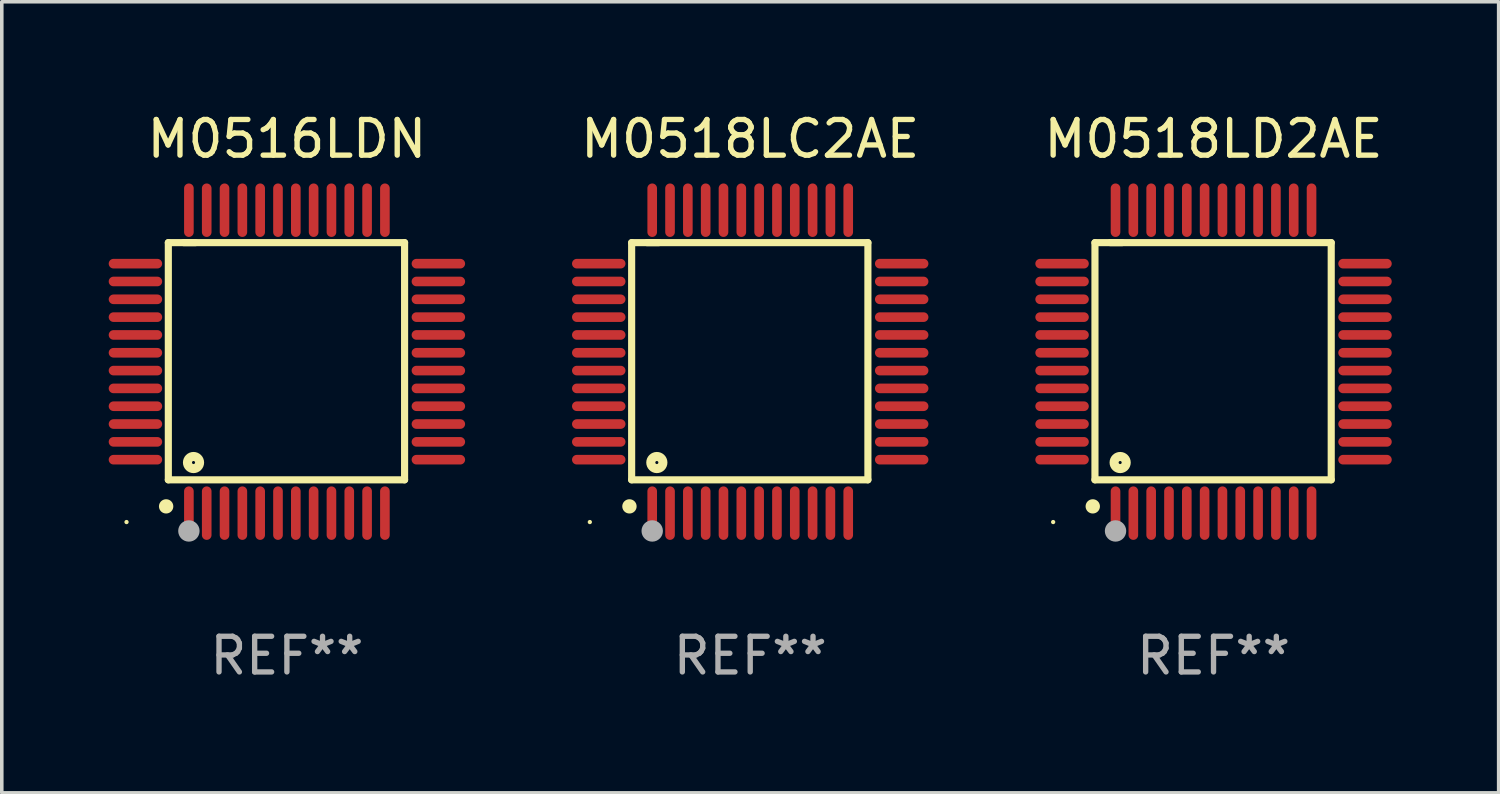
<source format=kicad_pcb>
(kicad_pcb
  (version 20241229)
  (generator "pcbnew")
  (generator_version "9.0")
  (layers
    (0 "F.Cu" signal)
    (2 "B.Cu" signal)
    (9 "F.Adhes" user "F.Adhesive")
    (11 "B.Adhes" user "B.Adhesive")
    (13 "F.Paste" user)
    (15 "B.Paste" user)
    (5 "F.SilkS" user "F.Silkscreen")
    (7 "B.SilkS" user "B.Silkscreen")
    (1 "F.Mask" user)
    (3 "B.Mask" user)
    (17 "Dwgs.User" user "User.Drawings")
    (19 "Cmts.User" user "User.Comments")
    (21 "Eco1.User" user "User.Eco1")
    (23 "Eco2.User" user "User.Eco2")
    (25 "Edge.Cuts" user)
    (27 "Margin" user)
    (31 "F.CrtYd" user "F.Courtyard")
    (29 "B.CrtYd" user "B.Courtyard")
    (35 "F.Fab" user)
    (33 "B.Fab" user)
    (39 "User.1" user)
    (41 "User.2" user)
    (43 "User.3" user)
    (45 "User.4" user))
  (footprint "M0518LD2AE"
    (layer "F.Cu")
    (at 31 7.098)
    (property "Reference" "M0518LD2AE" (at 0 -6.25 0) (layer "F.SilkS") (effects (font (size 1 1) (thickness 0.15))))
    (attr through_hole)
    (fp_line (start -3.327 -3.34) (end -2.565 -3.34) (stroke (width 0.2) (type solid)) (layer "F.SilkS"))
    (fp_line (start -3.327 3.315) (end -3.327 -3.34) (stroke (width 0.2) (type solid)) (layer "F.SilkS"))
    (fp_line (start -2.896 -3.34) (end 3.302 -3.34) (stroke (width 0.2) (type solid)) (layer "F.SilkS"))
    (fp_line (start 3.302 -3.34) (end 3.302 3.315) (stroke (width 0.2) (type solid)) (layer "F.SilkS"))
    (fp_line (start 3.302 3.315) (end -3.327 3.315) (stroke (width 0.2) (type solid)) (layer "F.SilkS"))
    (fp_arc (start -3.389992 4.059995) (mid -3.388722 4.059991) (end -3.387452 4.059995) (stroke (width 0.4) (type solid)) (layer "F.SilkS"))
    (fp_circle (center -4.5 4.5) (end -4.47 4.5) (stroke (width 0.06) (type solid)) (fill no) (layer "F.SilkS"))
    (fp_circle (center -2.62 2.83) (end -2.45 2.83) (stroke (width 0.254) (type solid)) (fill no) (layer "F.SilkS"))
    (fp_circle (center -2.75 4.75) (end -2.6 4.75) (stroke (width 0.3) (type solid)) (fill no) (layer "F.Fab"))
    (fp_text user "REF**" (at 0 8.25 0) (layer "F.Fab") (effects (font (size 1 1) (thickness 0.15))))
    (pad "1" smd oval (at -2.75 4.25) (size 0.27 1.5) (layers "F.Cu" "F.Mask" "F.Paste"))
    (pad "2" smd oval (at -2.25 4.25) (size 0.27 1.5) (layers "F.Cu" "F.Mask" "F.Paste"))
    (pad "3" smd oval (at -1.75 4.25) (size 0.27 1.5) (layers "F.Cu" "F.Mask" "F.Paste"))
    (pad "4" smd oval (at -1.25 4.25) (size 0.27 1.5) (layers "F.Cu" "F.Mask" "F.Paste"))
    (pad "5" smd oval (at -0.75 4.25) (size 0.27 1.5) (layers "F.Cu" "F.Mask" "F.Paste"))
    (pad "6" smd oval (at -0.25 4.25) (size 0.27 1.5) (layers "F.Cu" "F.Mask" "F.Paste"))
    (pad "7" smd oval (at 0.25 4.25) (size 0.27 1.5) (layers "F.Cu" "F.Mask" "F.Paste"))
    (pad "8" smd oval (at 0.75 4.25) (size 0.27 1.5) (layers "F.Cu" "F.Mask" "F.Paste"))
    (pad "9" smd oval (at 1.25 4.25) (size 0.27 1.5) (layers "F.Cu" "F.Mask" "F.Paste"))
    (pad "10" smd oval (at 1.75 4.25) (size 0.27 1.5) (layers "F.Cu" "F.Mask" "F.Paste"))
    (pad "11" smd oval (at 2.25 4.25) (size 0.27 1.5) (layers "F.Cu" "F.Mask" "F.Paste"))
    (pad "12" smd oval (at 2.75 4.25) (size 0.27 1.5) (layers "F.Cu" "F.Mask" "F.Paste"))
    (pad "13" smd oval (at 4.25 2.75) (size 1.5 0.27) (layers "F.Cu" "F.Mask" "F.Paste"))
    (pad "14" smd oval (at 4.25 2.25) (size 1.5 0.27) (layers "F.Cu" "F.Mask" "F.Paste"))
    (pad "15" smd oval (at 4.25 1.75) (size 1.5 0.27) (layers "F.Cu" "F.Mask" "F.Paste"))
    (pad "16" smd oval (at 4.25 1.25) (size 1.5 0.27) (layers "F.Cu" "F.Mask" "F.Paste"))
    (pad "17" smd oval (at 4.25 0.75) (size 1.5 0.27) (layers "F.Cu" "F.Mask" "F.Paste"))
    (pad "18" smd oval (at 4.25 0.25) (size 1.5 0.27) (layers "F.Cu" "F.Mask" "F.Paste"))
    (pad "19" smd oval (at 4.25 -0.25) (size 1.5 0.27) (layers "F.Cu" "F.Mask" "F.Paste"))
    (pad "20" smd oval (at 4.25 -0.75) (size 1.5 0.27) (layers "F.Cu" "F.Mask" "F.Paste"))
    (pad "21" smd oval (at 4.25 -1.25) (size 1.5 0.27) (layers "F.Cu" "F.Mask" "F.Paste"))
    (pad "22" smd oval (at 4.25 -1.75) (size 1.5 0.27) (layers "F.Cu" "F.Mask" "F.Paste"))
    (pad "23" smd oval (at 4.25 -2.25) (size 1.5 0.27) (layers "F.Cu" "F.Mask" "F.Paste"))
    (pad "24" smd oval (at 4.25 -2.75) (size 1.5 0.27) (layers "F.Cu" "F.Mask" "F.Paste"))
    (pad "25" smd oval (at 2.75 -4.25) (size 0.27 1.5) (layers "F.Cu" "F.Mask" "F.Paste"))
    (pad "26" smd oval (at 2.25 -4.25) (size 0.27 1.5) (layers "F.Cu" "F.Mask" "F.Paste"))
    (pad "27" smd oval (at 1.75 -4.25) (size 0.27 1.5) (layers "F.Cu" "F.Mask" "F.Paste"))
    (pad "28" smd oval (at 1.25 -4.25) (size 0.27 1.5) (layers "F.Cu" "F.Mask" "F.Paste"))
    (pad "29" smd oval (at 0.75 -4.25) (size 0.27 1.5) (layers "F.Cu" "F.Mask" "F.Paste"))
    (pad "30" smd oval (at 0.25 -4.25) (size 0.27 1.5) (layers "F.Cu" "F.Mask" "F.Paste"))
    (pad "31" smd oval (at -0.25 -4.25) (size 0.27 1.5) (layers "F.Cu" "F.Mask" "F.Paste"))
    (pad "32" smd oval (at -0.75 -4.25) (size 0.27 1.5) (layers "F.Cu" "F.Mask" "F.Paste"))
    (pad "33" smd oval (at -1.25 -4.25) (size 0.27 1.5) (layers "F.Cu" "F.Mask" "F.Paste"))
    (pad "34" smd oval (at -1.75 -4.25) (size 0.27 1.5) (layers "F.Cu" "F.Mask" "F.Paste"))
    (pad "35" smd oval (at -2.25 -4.25) (size 0.27 1.5) (layers "F.Cu" "F.Mask" "F.Paste"))
    (pad "36" smd oval (at -2.75 -4.25) (size 0.27 1.5) (layers "F.Cu" "F.Mask" "F.Paste"))
    (pad "37" smd oval (at -4.25 -2.75) (size 1.5 0.27) (layers "F.Cu" "F.Mask" "F.Paste"))
    (pad "38" smd oval (at -4.25 -2.25) (size 1.5 0.27) (layers "F.Cu" "F.Mask" "F.Paste"))
    (pad "39" smd oval (at -4.25 -1.75) (size 1.5 0.27) (layers "F.Cu" "F.Mask" "F.Paste"))
    (pad "40" smd oval (at -4.25 -1.25) (size 1.5 0.27) (layers "F.Cu" "F.Mask" "F.Paste"))
    (pad "41" smd oval (at -4.25 -0.75) (size 1.5 0.27) (layers "F.Cu" "F.Mask" "F.Paste"))
    (pad "42" smd oval (at -4.25 -0.25) (size 1.5 0.27) (layers "F.Cu" "F.Mask" "F.Paste"))
    (pad "43" smd oval (at -4.25 0.25) (size 1.5 0.27) (layers "F.Cu" "F.Mask" "F.Paste"))
    (pad "44" smd oval (at -4.25 0.75) (size 1.5 0.27) (layers "F.Cu" "F.Mask" "F.Paste"))
    (pad "45" smd oval (at -4.25 1.25) (size 1.5 0.27) (layers "F.Cu" "F.Mask" "F.Paste"))
    (pad "46" smd oval (at -4.25 1.75) (size 1.5 0.27) (layers "F.Cu" "F.Mask" "F.Paste"))
    (pad "47" smd oval (at -4.25 2.25) (size 1.5 0.27) (layers "F.Cu" "F.Mask" "F.Paste"))
    (pad "48" smd oval (at -4.25 2.75) (size 1.5 0.27) (layers "F.Cu" "F.Mask" "F.Paste")))
  (footprint "M0516LDN"
    (layer "F.Cu")
    (at 5 7.098)
    (property "Reference" "M0516LDN" (at 0 -6.25 0) (layer "F.SilkS") (effects (font (size 1 1) (thickness 0.15))))
    (attr through_hole)
    (fp_line (start -3.327 -3.34) (end -2.565 -3.34) (stroke (width 0.2) (type solid)) (layer "F.SilkS"))
    (fp_line (start -3.327 3.315) (end -3.327 -3.34) (stroke (width 0.2) (type solid)) (layer "F.SilkS"))
    (fp_line (start -2.896 -3.34) (end 3.302 -3.34) (stroke (width 0.2) (type solid)) (layer "F.SilkS"))
    (fp_line (start 3.302 -3.34) (end 3.302 3.315) (stroke (width 0.2) (type solid)) (layer "F.SilkS"))
    (fp_line (start 3.302 3.315) (end -3.327 3.315) (stroke (width 0.2) (type solid)) (layer "F.SilkS"))
    (fp_arc (start -3.389992 4.059995) (mid -3.388722 4.059991) (end -3.387452 4.059995) (stroke (width 0.4) (type solid)) (layer "F.SilkS"))
    (fp_circle (center -4.5 4.5) (end -4.47 4.5) (stroke (width 0.06) (type solid)) (fill no) (layer "F.SilkS"))
    (fp_circle (center -2.62 2.83) (end -2.45 2.83) (stroke (width 0.254) (type solid)) (fill no) (layer "F.SilkS"))
    (fp_circle (center -2.75 4.75) (end -2.6 4.75) (stroke (width 0.3) (type solid)) (fill no) (layer "F.Fab"))
    (fp_text user "REF**" (at 0 8.25 0) (layer "F.Fab") (effects (font (size 1 1) (thickness 0.15))))
    (pad "1" smd oval (at -2.75 4.25) (size 0.27 1.5) (layers "F.Cu" "F.Mask" "F.Paste"))
    (pad "2" smd oval (at -2.25 4.25) (size 0.27 1.5) (layers "F.Cu" "F.Mask" "F.Paste"))
    (pad "3" smd oval (at -1.75 4.25) (size 0.27 1.5) (layers "F.Cu" "F.Mask" "F.Paste"))
    (pad "4" smd oval (at -1.25 4.25) (size 0.27 1.5) (layers "F.Cu" "F.Mask" "F.Paste"))
    (pad "5" smd oval (at -0.75 4.25) (size 0.27 1.5) (layers "F.Cu" "F.Mask" "F.Paste"))
    (pad "6" smd oval (at -0.25 4.25) (size 0.27 1.5) (layers "F.Cu" "F.Mask" "F.Paste"))
    (pad "7" smd oval (at 0.25 4.25) (size 0.27 1.5) (layers "F.Cu" "F.Mask" "F.Paste"))
    (pad "8" smd oval (at 0.75 4.25) (size 0.27 1.5) (layers "F.Cu" "F.Mask" "F.Paste"))
    (pad "9" smd oval (at 1.25 4.25) (size 0.27 1.5) (layers "F.Cu" "F.Mask" "F.Paste"))
    (pad "10" smd oval (at 1.75 4.25) (size 0.27 1.5) (layers "F.Cu" "F.Mask" "F.Paste"))
    (pad "11" smd oval (at 2.25 4.25) (size 0.27 1.5) (layers "F.Cu" "F.Mask" "F.Paste"))
    (pad "12" smd oval (at 2.75 4.25) (size 0.27 1.5) (layers "F.Cu" "F.Mask" "F.Paste"))
    (pad "13" smd oval (at 4.25 2.75) (size 1.5 0.27) (layers "F.Cu" "F.Mask" "F.Paste"))
    (pad "14" smd oval (at 4.25 2.25) (size 1.5 0.27) (layers "F.Cu" "F.Mask" "F.Paste"))
    (pad "15" smd oval (at 4.25 1.75) (size 1.5 0.27) (layers "F.Cu" "F.Mask" "F.Paste"))
    (pad "16" smd oval (at 4.25 1.25) (size 1.5 0.27) (layers "F.Cu" "F.Mask" "F.Paste"))
    (pad "17" smd oval (at 4.25 0.75) (size 1.5 0.27) (layers "F.Cu" "F.Mask" "F.Paste"))
    (pad "18" smd oval (at 4.25 0.25) (size 1.5 0.27) (layers "F.Cu" "F.Mask" "F.Paste"))
    (pad "19" smd oval (at 4.25 -0.25) (size 1.5 0.27) (layers "F.Cu" "F.Mask" "F.Paste"))
    (pad "20" smd oval (at 4.25 -0.75) (size 1.5 0.27) (layers "F.Cu" "F.Mask" "F.Paste"))
    (pad "21" smd oval (at 4.25 -1.25) (size 1.5 0.27) (layers "F.Cu" "F.Mask" "F.Paste"))
    (pad "22" smd oval (at 4.25 -1.75) (size 1.5 0.27) (layers "F.Cu" "F.Mask" "F.Paste"))
    (pad "23" smd oval (at 4.25 -2.25) (size 1.5 0.27) (layers "F.Cu" "F.Mask" "F.Paste"))
    (pad "24" smd oval (at 4.25 -2.75) (size 1.5 0.27) (layers "F.Cu" "F.Mask" "F.Paste"))
    (pad "25" smd oval (at 2.75 -4.25) (size 0.27 1.5) (layers "F.Cu" "F.Mask" "F.Paste"))
    (pad "26" smd oval (at 2.25 -4.25) (size 0.27 1.5) (layers "F.Cu" "F.Mask" "F.Paste"))
    (pad "27" smd oval (at 1.75 -4.25) (size 0.27 1.5) (layers "F.Cu" "F.Mask" "F.Paste"))
    (pad "28" smd oval (at 1.25 -4.25) (size 0.27 1.5) (layers "F.Cu" "F.Mask" "F.Paste"))
    (pad "29" smd oval (at 0.75 -4.25) (size 0.27 1.5) (layers "F.Cu" "F.Mask" "F.Paste"))
    (pad "30" smd oval (at 0.25 -4.25) (size 0.27 1.5) (layers "F.Cu" "F.Mask" "F.Paste"))
    (pad "31" smd oval (at -0.25 -4.25) (size 0.27 1.5) (layers "F.Cu" "F.Mask" "F.Paste"))
    (pad "32" smd oval (at -0.75 -4.25) (size 0.27 1.5) (layers "F.Cu" "F.Mask" "F.Paste"))
    (pad "33" smd oval (at -1.25 -4.25) (size 0.27 1.5) (layers "F.Cu" "F.Mask" "F.Paste"))
    (pad "34" smd oval (at -1.75 -4.25) (size 0.27 1.5) (layers "F.Cu" "F.Mask" "F.Paste"))
    (pad "35" smd oval (at -2.25 -4.25) (size 0.27 1.5) (layers "F.Cu" "F.Mask" "F.Paste"))
    (pad "36" smd oval (at -2.75 -4.25) (size 0.27 1.5) (layers "F.Cu" "F.Mask" "F.Paste"))
    (pad "37" smd oval (at -4.25 -2.75) (size 1.5 0.27) (layers "F.Cu" "F.Mask" "F.Paste"))
    (pad "38" smd oval (at -4.25 -2.25) (size 1.5 0.27) (layers "F.Cu" "F.Mask" "F.Paste"))
    (pad "39" smd oval (at -4.25 -1.75) (size 1.5 0.27) (layers "F.Cu" "F.Mask" "F.Paste"))
    (pad "40" smd oval (at -4.25 -1.25) (size 1.5 0.27) (layers "F.Cu" "F.Mask" "F.Paste"))
    (pad "41" smd oval (at -4.25 -0.75) (size 1.5 0.27) (layers "F.Cu" "F.Mask" "F.Paste"))
    (pad "42" smd oval (at -4.25 -0.25) (size 1.5 0.27) (layers "F.Cu" "F.Mask" "F.Paste"))
    (pad "43" smd oval (at -4.25 0.25) (size 1.5 0.27) (layers "F.Cu" "F.Mask" "F.Paste"))
    (pad "44" smd oval (at -4.25 0.75) (size 1.5 0.27) (layers "F.Cu" "F.Mask" "F.Paste"))
    (pad "45" smd oval (at -4.25 1.25) (size 1.5 0.27) (layers "F.Cu" "F.Mask" "F.Paste"))
    (pad "46" smd oval (at -4.25 1.75) (size 1.5 0.27) (layers "F.Cu" "F.Mask" "F.Paste"))
    (pad "47" smd oval (at -4.25 2.25) (size 1.5 0.27) (layers "F.Cu" "F.Mask" "F.Paste"))
    (pad "48" smd oval (at -4.25 2.75) (size 1.5 0.27) (layers "F.Cu" "F.Mask" "F.Paste")))
  (footprint "M0518LC2AE"
    (layer "F.Cu")
    (at 18 7.098)
    (property "Reference" "M0518LC2AE" (at 0 -6.25 0) (layer "F.SilkS") (effects (font (size 1 1) (thickness 0.15))))
    (attr through_hole)
    (fp_line (start -3.327 -3.34) (end -2.565 -3.34) (stroke (width 0.2) (type solid)) (layer "F.SilkS"))
    (fp_line (start -3.327 3.315) (end -3.327 -3.34) (stroke (width 0.2) (type solid)) (layer "F.SilkS"))
    (fp_line (start -2.896 -3.34) (end 3.302 -3.34) (stroke (width 0.2) (type solid)) (layer "F.SilkS"))
    (fp_line (start 3.302 -3.34) (end 3.302 3.315) (stroke (width 0.2) (type solid)) (layer "F.SilkS"))
    (fp_line (start 3.302 3.315) (end -3.327 3.315) (stroke (width 0.2) (type solid)) (layer "F.SilkS"))
    (fp_arc (start -3.389992 4.059995) (mid -3.388722 4.059991) (end -3.387452 4.059995) (stroke (width 0.4) (type solid)) (layer "F.SilkS"))
    (fp_circle (center -4.5 4.5) (end -4.47 4.5) (stroke (width 0.06) (type solid)) (fill no) (layer "F.SilkS"))
    (fp_circle (center -2.62 2.83) (end -2.45 2.83) (stroke (width 0.254) (type solid)) (fill no) (layer "F.SilkS"))
    (fp_circle (center -2.75 4.75) (end -2.6 4.75) (stroke (width 0.3) (type solid)) (fill no) (layer "F.Fab"))
    (fp_text user "REF**" (at 0 8.25 0) (layer "F.Fab") (effects (font (size 1 1) (thickness 0.15))))
    (pad "1" smd oval (at -2.75 4.25) (size 0.27 1.5) (layers "F.Cu" "F.Mask" "F.Paste"))
    (pad "2" smd oval (at -2.25 4.25) (size 0.27 1.5) (layers "F.Cu" "F.Mask" "F.Paste"))
    (pad "3" smd oval (at -1.75 4.25) (size 0.27 1.5) (layers "F.Cu" "F.Mask" "F.Paste"))
    (pad "4" smd oval (at -1.25 4.25) (size 0.27 1.5) (layers "F.Cu" "F.Mask" "F.Paste"))
    (pad "5" smd oval (at -0.75 4.25) (size 0.27 1.5) (layers "F.Cu" "F.Mask" "F.Paste"))
    (pad "6" smd oval (at -0.25 4.25) (size 0.27 1.5) (layers "F.Cu" "F.Mask" "F.Paste"))
    (pad "7" smd oval (at 0.25 4.25) (size 0.27 1.5) (layers "F.Cu" "F.Mask" "F.Paste"))
    (pad "8" smd oval (at 0.75 4.25) (size 0.27 1.5) (layers "F.Cu" "F.Mask" "F.Paste"))
    (pad "9" smd oval (at 1.25 4.25) (size 0.27 1.5) (layers "F.Cu" "F.Mask" "F.Paste"))
    (pad "10" smd oval (at 1.75 4.25) (size 0.27 1.5) (layers "F.Cu" "F.Mask" "F.Paste"))
    (pad "11" smd oval (at 2.25 4.25) (size 0.27 1.5) (layers "F.Cu" "F.Mask" "F.Paste"))
    (pad "12" smd oval (at 2.75 4.25) (size 0.27 1.5) (layers "F.Cu" "F.Mask" "F.Paste"))
    (pad "13" smd oval (at 4.25 2.75) (size 1.5 0.27) (layers "F.Cu" "F.Mask" "F.Paste"))
    (pad "14" smd oval (at 4.25 2.25) (size 1.5 0.27) (layers "F.Cu" "F.Mask" "F.Paste"))
    (pad "15" smd oval (at 4.25 1.75) (size 1.5 0.27) (layers "F.Cu" "F.Mask" "F.Paste"))
    (pad "16" smd oval (at 4.25 1.25) (size 1.5 0.27) (layers "F.Cu" "F.Mask" "F.Paste"))
    (pad "17" smd oval (at 4.25 0.75) (size 1.5 0.27) (layers "F.Cu" "F.Mask" "F.Paste"))
    (pad "18" smd oval (at 4.25 0.25) (size 1.5 0.27) (layers "F.Cu" "F.Mask" "F.Paste"))
    (pad "19" smd oval (at 4.25 -0.25) (size 1.5 0.27) (layers "F.Cu" "F.Mask" "F.Paste"))
    (pad "20" smd oval (at 4.25 -0.75) (size 1.5 0.27) (layers "F.Cu" "F.Mask" "F.Paste"))
    (pad "21" smd oval (at 4.25 -1.25) (size 1.5 0.27) (layers "F.Cu" "F.Mask" "F.Paste"))
    (pad "22" smd oval (at 4.25 -1.75) (size 1.5 0.27) (layers "F.Cu" "F.Mask" "F.Paste"))
    (pad "23" smd oval (at 4.25 -2.25) (size 1.5 0.27) (layers "F.Cu" "F.Mask" "F.Paste"))
    (pad "24" smd oval (at 4.25 -2.75) (size 1.5 0.27) (layers "F.Cu" "F.Mask" "F.Paste"))
    (pad "25" smd oval (at 2.75 -4.25) (size 0.27 1.5) (layers "F.Cu" "F.Mask" "F.Paste"))
    (pad "26" smd oval (at 2.25 -4.25) (size 0.27 1.5) (layers "F.Cu" "F.Mask" "F.Paste"))
    (pad "27" smd oval (at 1.75 -4.25) (size 0.27 1.5) (layers "F.Cu" "F.Mask" "F.Paste"))
    (pad "28" smd oval (at 1.25 -4.25) (size 0.27 1.5) (layers "F.Cu" "F.Mask" "F.Paste"))
    (pad "29" smd oval (at 0.75 -4.25) (size 0.27 1.5) (layers "F.Cu" "F.Mask" "F.Paste"))
    (pad "30" smd oval (at 0.25 -4.25) (size 0.27 1.5) (layers "F.Cu" "F.Mask" "F.Paste"))
    (pad "31" smd oval (at -0.25 -4.25) (size 0.27 1.5) (layers "F.Cu" "F.Mask" "F.Paste"))
    (pad "32" smd oval (at -0.75 -4.25) (size 0.27 1.5) (layers "F.Cu" "F.Mask" "F.Paste"))
    (pad "33" smd oval (at -1.25 -4.25) (size 0.27 1.5) (layers "F.Cu" "F.Mask" "F.Paste"))
    (pad "34" smd oval (at -1.75 -4.25) (size 0.27 1.5) (layers "F.Cu" "F.Mask" "F.Paste"))
    (pad "35" smd oval (at -2.25 -4.25) (size 0.27 1.5) (layers "F.Cu" "F.Mask" "F.Paste"))
    (pad "36" smd oval (at -2.75 -4.25) (size 0.27 1.5) (layers "F.Cu" "F.Mask" "F.Paste"))
    (pad "37" smd oval (at -4.25 -2.75) (size 1.5 0.27) (layers "F.Cu" "F.Mask" "F.Paste"))
    (pad "38" smd oval (at -4.25 -2.25) (size 1.5 0.27) (layers "F.Cu" "F.Mask" "F.Paste"))
    (pad "39" smd oval (at -4.25 -1.75) (size 1.5 0.27) (layers "F.Cu" "F.Mask" "F.Paste"))
    (pad "40" smd oval (at -4.25 -1.25) (size 1.5 0.27) (layers "F.Cu" "F.Mask" "F.Paste"))
    (pad "41" smd oval (at -4.25 -0.75) (size 1.5 0.27) (layers "F.Cu" "F.Mask" "F.Paste"))
    (pad "42" smd oval (at -4.25 -0.25) (size 1.5 0.27) (layers "F.Cu" "F.Mask" "F.Paste"))
    (pad "43" smd oval (at -4.25 0.25) (size 1.5 0.27) (layers "F.Cu" "F.Mask" "F.Paste"))
    (pad "44" smd oval (at -4.25 0.75) (size 1.5 0.27) (layers "F.Cu" "F.Mask" "F.Paste"))
    (pad "45" smd oval (at -4.25 1.25) (size 1.5 0.27) (layers "F.Cu" "F.Mask" "F.Paste"))
    (pad "46" smd oval (at -4.25 1.75) (size 1.5 0.27) (layers "F.Cu" "F.Mask" "F.Paste"))
    (pad "47" smd oval (at -4.25 2.25) (size 1.5 0.27) (layers "F.Cu" "F.Mask" "F.Paste"))
    (pad "48" smd oval (at -4.25 2.75) (size 1.5 0.27) (layers "F.Cu" "F.Mask" "F.Paste")))
  (gr_rect
    (start -3 -3)
    (end 39 19.196)
    (stroke (width 0.1) (type default))
    (fill no)
    (layer "Edge.Cuts")))
</source>
